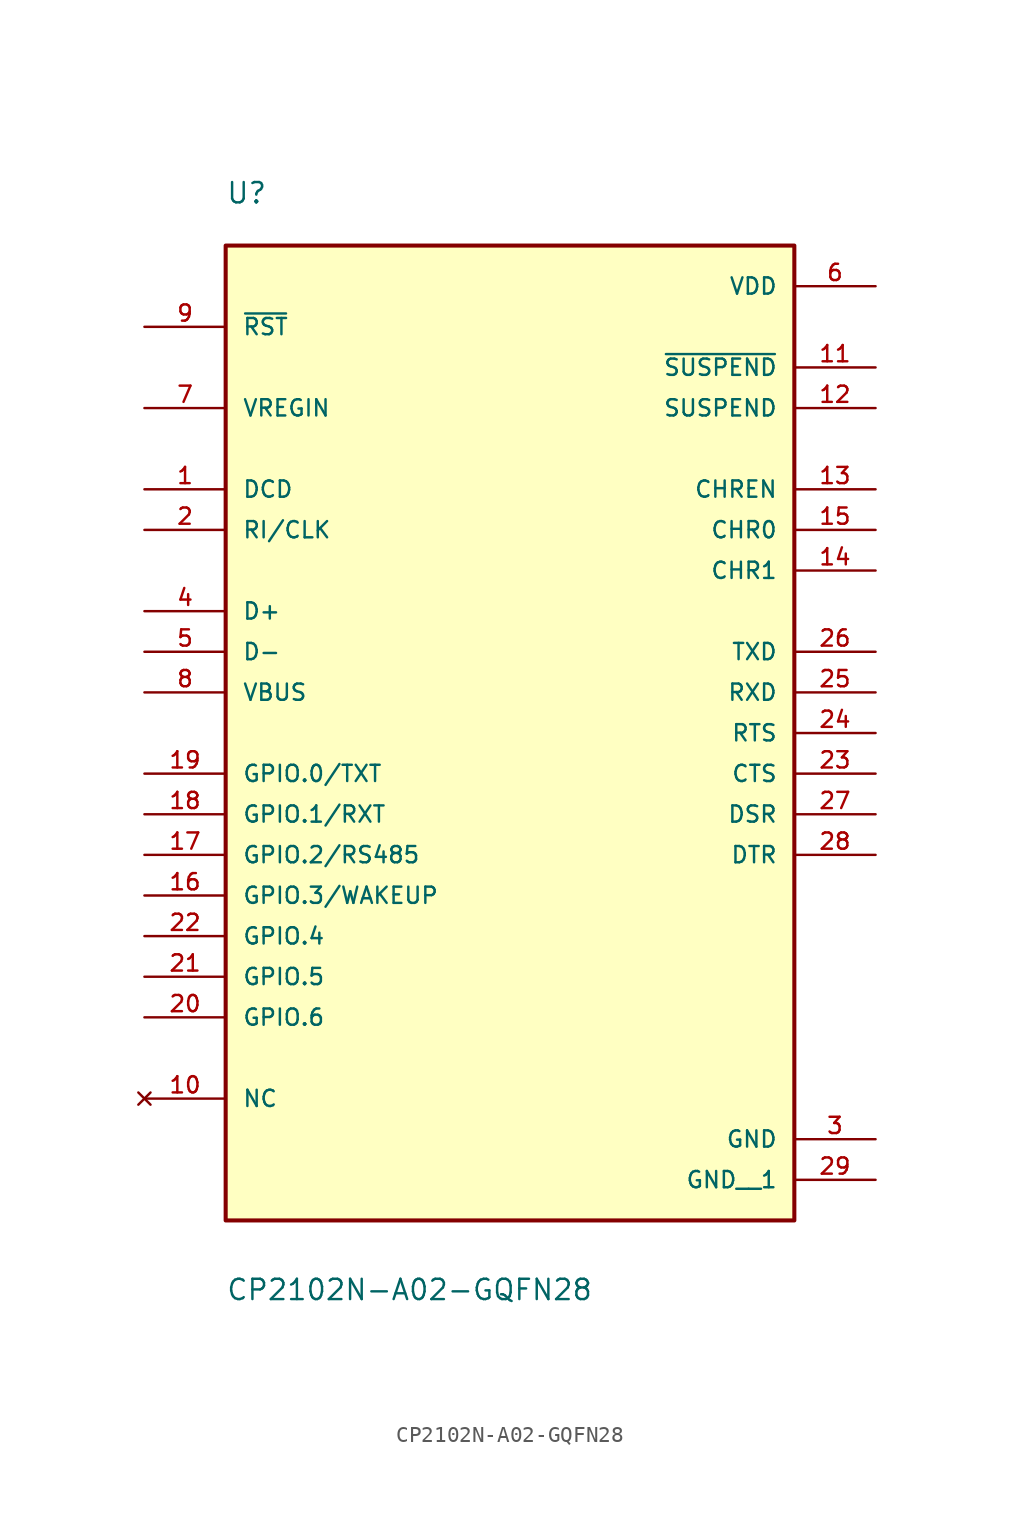
<source format=kicad_sym>
(kicad_symbol_lib
  (version 20211014)
  (generator kicad_symbol_editor)
  (symbol "CP2102N-A02-GQFN28"
    (pin_names
      (offset 1.016))
    (property "Reference" "U"
      (at -17.78 33.02 0)
      (effects (font (size 1.27 1.27)) (justify bottom left)))
    (property "Value" "CP2102N-A02-GQFN28"
      (at -17.78 -35.56 0)
      (effects (font (size 1.27 1.27)) (justify bottom left)))
    (symbol "CP2102N-A02-GQFN28_0_0"
      (rectangle (start -17.78 -30.48) (end 17.78 30.48) (stroke (width 0.254)) (fill (type background)))
      (pin input line (at -22.86 15.24 0) (length 5.08) (name "DCD" (effects (font (size 1.016 1.016)))) (number "1" (effects (font (size 1.016 1.016)))))
      (pin bidirectional line (at -22.86 12.7 0) (length 5.08) (name "RI/CLK" (effects (font (size 1.016 1.016)))) (number "2" (effects (font (size 1.016 1.016)))))
      (pin power_in line (at 22.86 -25.4 180.0) (length 5.08) (name "GND" (effects (font (size 1.016 1.016)))) (number "3" (effects (font (size 1.016 1.016)))))
      (pin bidirectional line (at -22.86 7.62 0) (length 5.08) (name "D+" (effects (font (size 1.016 1.016)))) (number "4" (effects (font (size 1.016 1.016)))))
      (pin bidirectional line (at -22.86 5.08 0) (length 5.08) (name "D-" (effects (font (size 1.016 1.016)))) (number "5" (effects (font (size 1.016 1.016)))))
      (pin power_in line (at 22.86 27.94 180.0) (length 5.08) (name "VDD" (effects (font (size 1.016 1.016)))) (number "6" (effects (font (size 1.016 1.016)))))
      (pin input line (at -22.86 20.32 0) (length 5.08) (name "VREGIN" (effects (font (size 1.016 1.016)))) (number "7" (effects (font (size 1.016 1.016)))))
      (pin input line (at -22.86 2.54 0) (length 5.08) (name "VBUS" (effects (font (size 1.016 1.016)))) (number "8" (effects (font (size 1.016 1.016)))))
      (pin input line (at -22.86 25.4 0) (length 5.08) (name "~{RST}" (effects (font (size 1.016 1.016)))) (number "9" (effects (font (size 1.016 1.016)))))
      (pin no_connect line (at -22.86 -22.86 0) (length 5.08) (name "NC" (effects (font (size 1.016 1.016)))) (number "10" (effects (font (size 1.016 1.016)))))
      (pin output line (at 22.86 22.86 180.0) (length 5.08) (name "~{SUSPEND}" (effects (font (size 1.016 1.016)))) (number "11" (effects (font (size 1.016 1.016)))))
      (pin output line (at 22.86 20.32 180.0) (length 5.08) (name "SUSPEND" (effects (font (size 1.016 1.016)))) (number "12" (effects (font (size 1.016 1.016)))))
      (pin output line (at 22.86 15.24 180.0) (length 5.08) (name "CHREN" (effects (font (size 1.016 1.016)))) (number "13" (effects (font (size 1.016 1.016)))))
      (pin output line (at 22.86 10.16 180.0) (length 5.08) (name "CHR1" (effects (font (size 1.016 1.016)))) (number "14" (effects (font (size 1.016 1.016)))))
      (pin bidirectional line (at -22.86 -15.24 0) (length 5.08) (name "GPIO.5" (effects (font (size 1.016 1.016)))) (number "21" (effects (font (size 1.016 1.016)))))
      (pin bidirectional line (at -22.86 -17.78 0) (length 5.08) (name "GPIO.6" (effects (font (size 1.016 1.016)))) (number "20" (effects (font (size 1.016 1.016)))))
      (pin bidirectional line (at -22.86 -2.54 0) (length 5.08) (name "GPIO.0/TXT" (effects (font (size 1.016 1.016)))) (number "19" (effects (font (size 1.016 1.016)))))
      (pin bidirectional line (at -22.86 -5.08 0) (length 5.08) (name "GPIO.1/RXT" (effects (font (size 1.016 1.016)))) (number "18" (effects (font (size 1.016 1.016)))))
      (pin bidirectional line (at -22.86 -7.62 0) (length 5.08) (name "GPIO.2/RS485" (effects (font (size 1.016 1.016)))) (number "17" (effects (font (size 1.016 1.016)))))
      (pin bidirectional line (at -22.86 -10.16 0) (length 5.08) (name "GPIO.3/WAKEUP" (effects (font (size 1.016 1.016)))) (number "16" (effects (font (size 1.016 1.016)))))
      (pin output line (at 22.86 12.7 180.0) (length 5.08) (name "CHR0" (effects (font (size 1.016 1.016)))) (number "15" (effects (font (size 1.016 1.016)))))
      (pin output line (at 22.86 -7.62 180.0) (length 5.08) (name "DTR" (effects (font (size 1.016 1.016)))) (number "28" (effects (font (size 1.016 1.016)))))
      (pin input line (at 22.86 -5.08 180.0) (length 5.08) (name "DSR" (effects (font (size 1.016 1.016)))) (number "27" (effects (font (size 1.016 1.016)))))
      (pin output line (at 22.86 5.08 180.0) (length 5.08) (name "TXD" (effects (font (size 1.016 1.016)))) (number "26" (effects (font (size 1.016 1.016)))))
      (pin input line (at 22.86 2.54 180.0) (length 5.08) (name "RXD" (effects (font (size 1.016 1.016)))) (number "25" (effects (font (size 1.016 1.016)))))
      (pin output line (at 22.86 0.0 180.0) (length 5.08) (name "RTS" (effects (font (size 1.016 1.016)))) (number "24" (effects (font (size 1.016 1.016)))))
      (pin input line (at 22.86 -2.54 180.0) (length 5.08) (name "CTS" (effects (font (size 1.016 1.016)))) (number "23" (effects (font (size 1.016 1.016)))))
      (pin bidirectional line (at -22.86 -12.7 0) (length 5.08) (name "GPIO.4" (effects (font (size 1.016 1.016)))) (number "22" (effects (font (size 1.016 1.016)))))
      (pin power_in line (at 22.86 -27.94 180.0) (length 5.08) (name "GND__1" (effects (font (size 1.016 1.016)))) (number "29" (effects (font (size 1.016 1.016))))))))
</source>
